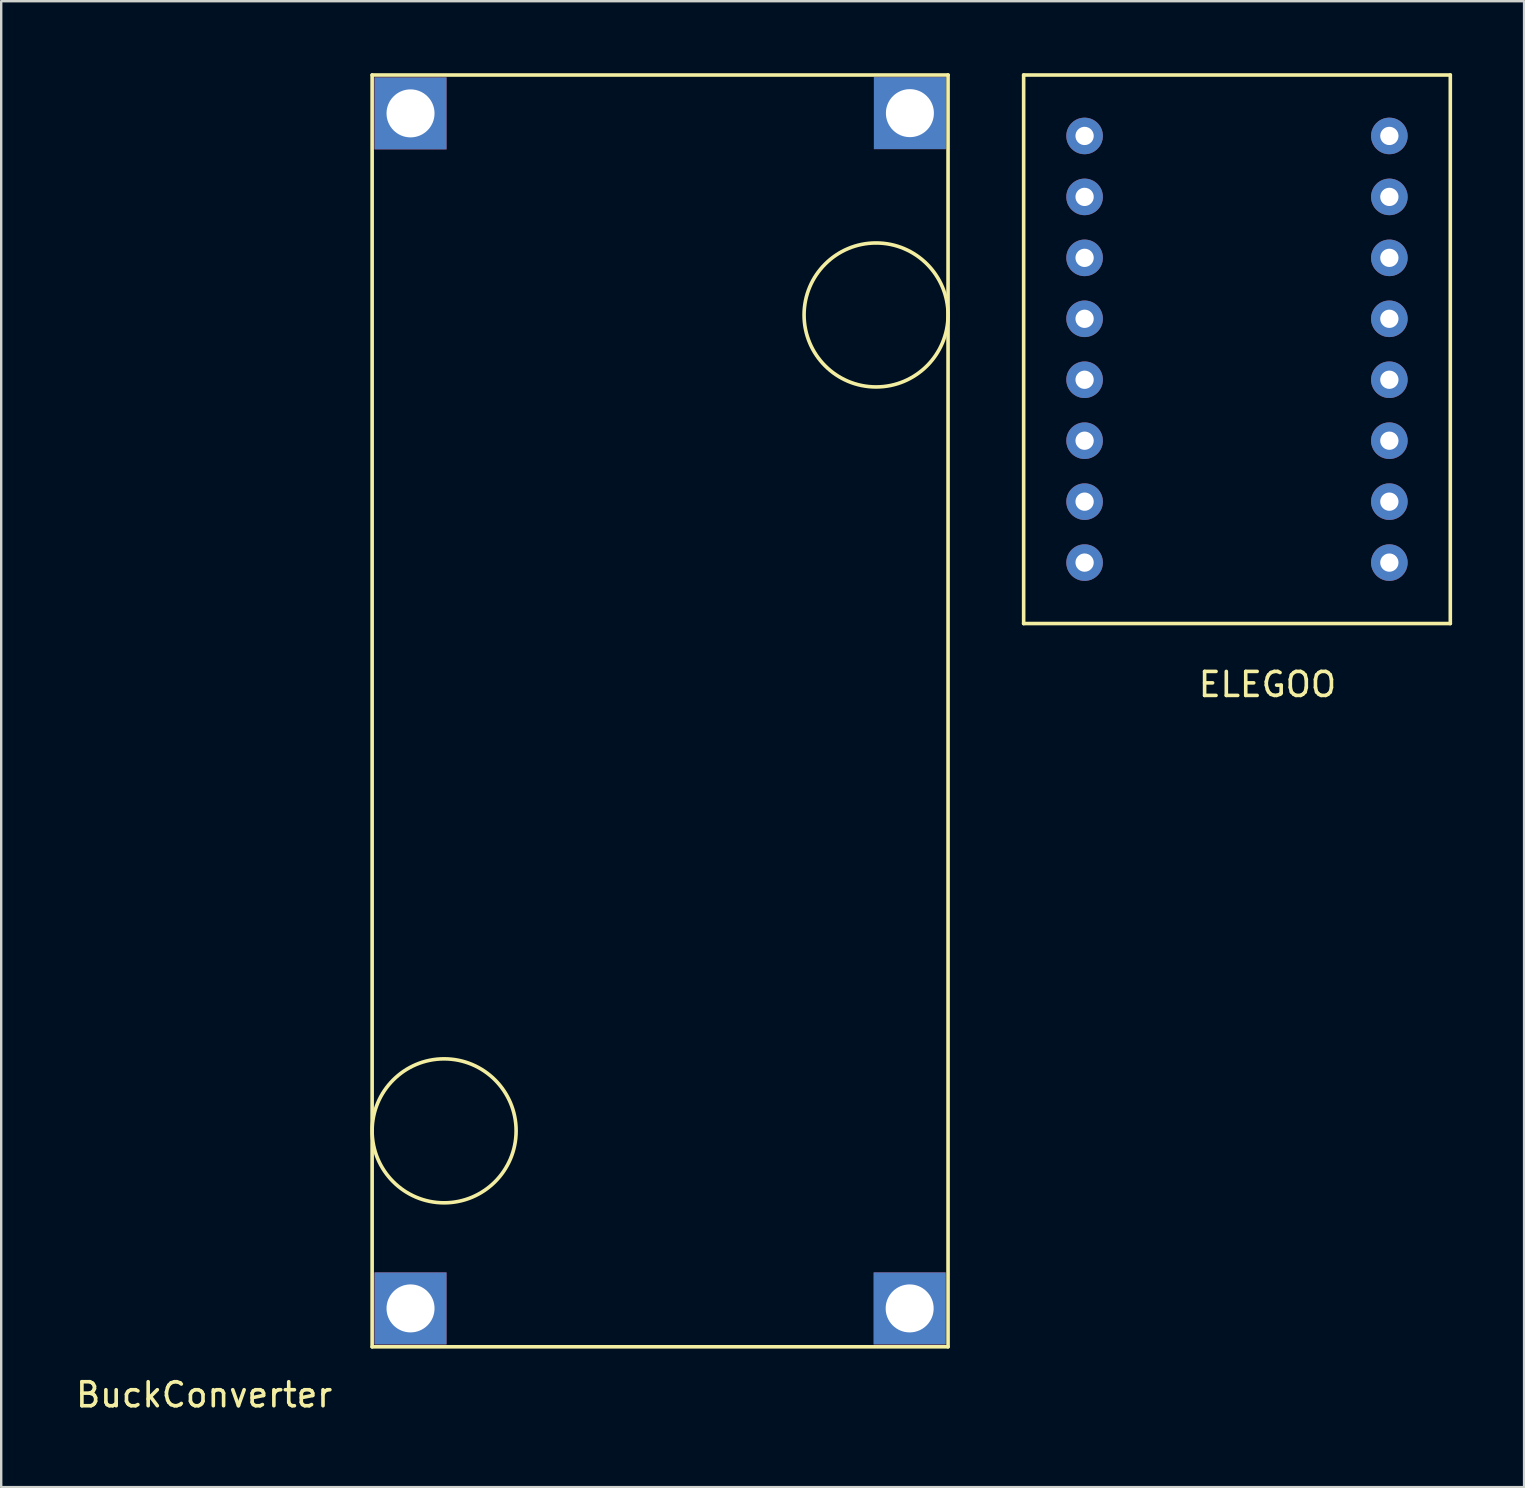
<source format=kicad_pcb>
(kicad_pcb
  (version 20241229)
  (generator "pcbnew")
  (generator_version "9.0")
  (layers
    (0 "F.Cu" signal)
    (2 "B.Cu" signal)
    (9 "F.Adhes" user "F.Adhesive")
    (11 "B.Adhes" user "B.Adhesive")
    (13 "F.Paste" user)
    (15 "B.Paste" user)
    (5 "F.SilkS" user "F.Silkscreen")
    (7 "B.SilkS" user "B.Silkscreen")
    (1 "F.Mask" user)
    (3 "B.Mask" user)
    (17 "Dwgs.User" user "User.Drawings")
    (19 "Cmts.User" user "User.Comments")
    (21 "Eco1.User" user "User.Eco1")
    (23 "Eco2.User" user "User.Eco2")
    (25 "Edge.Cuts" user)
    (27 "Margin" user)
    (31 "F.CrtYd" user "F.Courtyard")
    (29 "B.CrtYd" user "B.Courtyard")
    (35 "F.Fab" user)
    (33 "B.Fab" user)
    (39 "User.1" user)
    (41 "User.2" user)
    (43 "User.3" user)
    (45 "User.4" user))
  (footprint "BuckConverter"
    (layer "F.Cu")
    (at 12.458 53.075)
    (property "Reference" "BuckConverter" (at -7 2 0) (layer "F.SilkS") (effects (font (size 1 1) (thickness 0.15))))
    (attr through_hole)
    (fp_line (start 0 -53) (end 24 -53) (stroke (width 0.15) (type solid)) (layer "F.SilkS"))
    (fp_line (start 0 0) (end 0 -53) (stroke (width 0.15) (type solid)) (layer "F.SilkS"))
    (fp_line (start 24 -53) (end 24 0) (stroke (width 0.15) (type solid)) (layer "F.SilkS"))
    (fp_line (start 24 0) (end 0 0) (stroke (width 0.15) (type solid)) (layer "F.SilkS"))
    (fp_circle (center 3 -9) (end 6 -9) (stroke (width 0.15) (type solid)) (fill no) (layer "F.SilkS"))
    (fp_circle (center 21 -43) (end 18 -43) (stroke (width 0.15) (type solid)) (fill no) (layer "F.SilkS"))
    (pad "1" thru_hole rect (at 22.4 -1.6) (size 3 3) (drill 2) (layers "*.Cu" "*.Mask"))
    (pad "2" thru_hole rect (at 1.6 -1.6) (size 3 3) (drill 2) (layers "*.Cu" "*.Mask"))
    (pad "3" thru_hole rect (at 22.41 -51.41) (size 3 3) (drill 2) (layers "*.Cu" "*.Mask"))
    (pad "4" thru_hole rect (at 1.6 -51.4) (size 3 3) (drill 2) (layers "*.Cu" "*.Mask")))
  (footprint "ELEGOO"
    (layer "F.Cu")
    (at 42.148 2.615)
    (property "Reference" "ELEGOO" (at 7.62 22.86 0) (layer "F.SilkS") (effects (font (size 1 1) (thickness 0.15))))
    (attr through_hole)
    (fp_line (start -2.54 -2.54) (end 15.24 -2.54) (stroke (width 0.15) (type solid)) (layer "F.SilkS"))
    (fp_line (start -2.54 20.32) (end -2.54 -2.54) (stroke (width 0.15) (type solid)) (layer "F.SilkS"))
    (fp_line (start 15.24 -2.54) (end 15.24 20.32) (stroke (width 0.15) (type solid)) (layer "F.SilkS"))
    (fp_line (start 15.24 20.32) (end -2.54 20.32) (stroke (width 0.15) (type solid)) (layer "F.SilkS"))
    (pad "1" thru_hole circle (at 0 0) (size 1.524 1.524) (drill 0.762) (layers "*.Cu" "*.Mask"))
    (pad "2" thru_hole circle (at 0 2.54) (size 1.524 1.524) (drill 0.762) (layers "*.Cu" "*.Mask"))
    (pad "3" thru_hole circle (at 0 5.08) (size 1.524 1.524) (drill 0.762) (layers "*.Cu" "*.Mask"))
    (pad "4" thru_hole circle (at 0 7.62) (size 1.524 1.524) (drill 0.762) (layers "*.Cu" "*.Mask"))
    (pad "5" thru_hole circle (at 0 10.16) (size 1.524 1.524) (drill 0.762) (layers "*.Cu" "*.Mask"))
    (pad "6" thru_hole circle (at 0 12.7) (size 1.524 1.524) (drill 0.762) (layers "*.Cu" "*.Mask"))
    (pad "7" thru_hole circle (at 0 15.24) (size 1.524 1.524) (drill 0.762) (layers "*.Cu" "*.Mask"))
    (pad "8" thru_hole circle (at 0 17.78) (size 1.524 1.524) (drill 0.762) (layers "*.Cu" "*.Mask"))
    (pad "9" thru_hole circle (at 12.7 17.78) (size 1.524 1.524) (drill 0.762) (layers "*.Cu" "*.Mask"))
    (pad "10" thru_hole circle (at 12.7 15.24) (size 1.524 1.524) (drill 0.762) (layers "*.Cu" "*.Mask"))
    (pad "11" thru_hole circle (at 12.7 12.7) (size 1.524 1.524) (drill 0.762) (layers "*.Cu" "*.Mask"))
    (pad "12" thru_hole circle (at 12.7 10.16) (size 1.524 1.524) (drill 0.762) (layers "*.Cu" "*.Mask"))
    (pad "13" thru_hole circle (at 12.7 7.62) (size 1.524 1.524) (drill 0.762) (layers "*.Cu" "*.Mask"))
    (pad "14" thru_hole circle (at 12.7 5.08) (size 1.524 1.524) (drill 0.762) (layers "*.Cu" "*.Mask"))
    (pad "15" thru_hole circle (at 12.7 2.54) (size 1.524 1.524) (drill 0.762) (layers "*.Cu" "*.Mask"))
    (pad "16" thru_hole circle (at 12.7 0) (size 1.524 1.524) (drill 0.762) (layers "*.Cu" "*.Mask")))
  (gr_rect
    (start -3 -3)
    (end 60.463 58.923)
    (stroke (width 0.1) (type default))
    (fill no)
    (layer "Edge.Cuts")))
</source>
